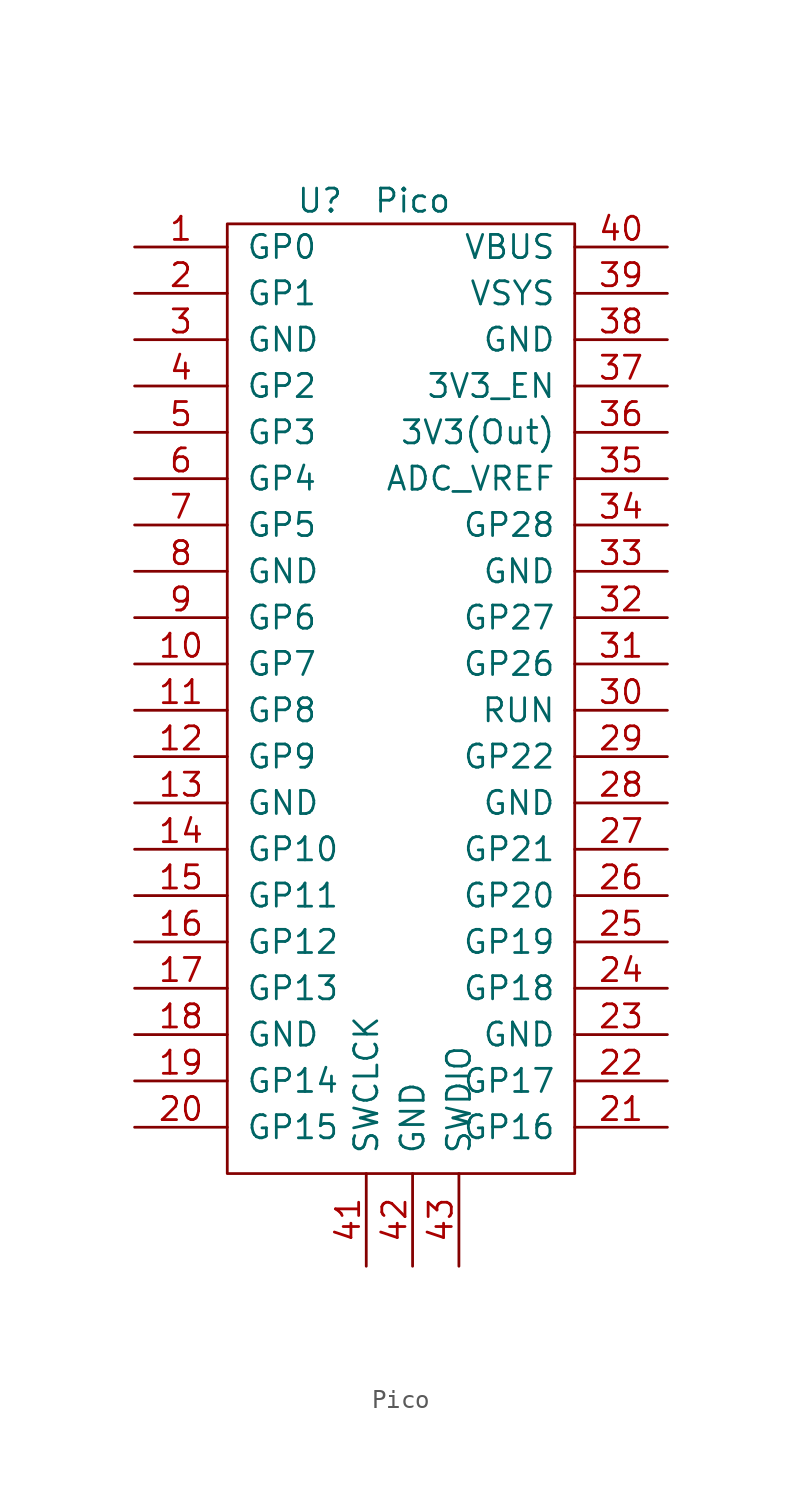
<source format=kicad_sym>
(kicad_symbol_lib
  (version 20211014)
  (generator kicad_symbol_editor)
  (symbol "Pico"
    (pin_names
      (offset 1.016))
    (property "Reference" "U"
      (at -5.08 2.54 0)
      (effects (font (size 1.27 1.27))))
    (property "Value" "Pico"
      (at 0 2.54 0)
      (effects (font (size 1.27 1.27))))
    (symbol "Pico_0_1"
      (rectangle (start -10.16 1.27) (end 8.89 -50.8) (stroke (width 0) (type default) (color 0 0 0 0)) (fill (type none))))
    (symbol "Pico_1_1"
      (pin bidirectional line (at -15.24 0 0) (length 5.08) (name "GP0" (effects (font (size 1.27 1.27)))) (number "1" (effects (font (size 1.27 1.27)))))
      (pin bidirectional line (at -15.24 -22.86 0) (length 5.08) (name "GP7" (effects (font (size 1.27 1.27)))) (number "10" (effects (font (size 1.27 1.27)))))
      (pin bidirectional line (at -15.24 -25.4 0) (length 5.08) (name "GP8" (effects (font (size 1.27 1.27)))) (number "11" (effects (font (size 1.27 1.27)))))
      (pin bidirectional line (at -15.24 -27.94 0) (length 5.08) (name "GP9" (effects (font (size 1.27 1.27)))) (number "12" (effects (font (size 1.27 1.27)))))
      (pin power_in line (at -15.24 -30.48 0) (length 5.08) (name "GND" (effects (font (size 1.27 1.27)))) (number "13" (effects (font (size 1.27 1.27)))))
      (pin bidirectional line (at -15.24 -33.02 0) (length 5.08) (name "GP10" (effects (font (size 1.27 1.27)))) (number "14" (effects (font (size 1.27 1.27)))))
      (pin bidirectional line (at -15.24 -35.56 0) (length 5.08) (name "GP11" (effects (font (size 1.27 1.27)))) (number "15" (effects (font (size 1.27 1.27)))))
      (pin bidirectional line (at -15.24 -38.1 0) (length 5.08) (name "GP12" (effects (font (size 1.27 1.27)))) (number "16" (effects (font (size 1.27 1.27)))))
      (pin bidirectional line (at -15.24 -40.64 0) (length 5.08) (name "GP13" (effects (font (size 1.27 1.27)))) (number "17" (effects (font (size 1.27 1.27)))))
      (pin power_in line (at -15.24 -43.18 0) (length 5.08) (name "GND" (effects (font (size 1.27 1.27)))) (number "18" (effects (font (size 1.27 1.27)))))
      (pin bidirectional line (at -15.24 -45.72 0) (length 5.08) (name "GP14" (effects (font (size 1.27 1.27)))) (number "19" (effects (font (size 1.27 1.27)))))
      (pin bidirectional line (at -15.24 -2.54 0) (length 5.08) (name "GP1" (effects (font (size 1.27 1.27)))) (number "2" (effects (font (size 1.27 1.27)))))
      (pin bidirectional line (at -15.24 -48.26 0) (length 5.08) (name "GP15" (effects (font (size 1.27 1.27)))) (number "20" (effects (font (size 1.27 1.27)))))
      (pin bidirectional line (at 13.97 -48.26 180) (length 5.08) (name "GP16" (effects (font (size 1.27 1.27)))) (number "21" (effects (font (size 1.27 1.27)))))
      (pin bidirectional line (at 13.97 -45.72 180) (length 5.08) (name "GP17" (effects (font (size 1.27 1.27)))) (number "22" (effects (font (size 1.27 1.27)))))
      (pin power_in line (at 13.97 -43.18 180) (length 5.08) (name "GND" (effects (font (size 1.27 1.27)))) (number "23" (effects (font (size 1.27 1.27)))))
      (pin bidirectional line (at 13.97 -40.64 180) (length 5.08) (name "GP18" (effects (font (size 1.27 1.27)))) (number "24" (effects (font (size 1.27 1.27)))))
      (pin bidirectional line (at 13.97 -38.1 180) (length 5.08) (name "GP19" (effects (font (size 1.27 1.27)))) (number "25" (effects (font (size 1.27 1.27)))))
      (pin bidirectional line (at 13.97 -35.56 180) (length 5.08) (name "GP20" (effects (font (size 1.27 1.27)))) (number "26" (effects (font (size 1.27 1.27)))))
      (pin bidirectional line (at 13.97 -33.02 180) (length 5.08) (name "GP21" (effects (font (size 1.27 1.27)))) (number "27" (effects (font (size 1.27 1.27)))))
      (pin power_in line (at 13.97 -30.48 180) (length 5.08) (name "GND" (effects (font (size 1.27 1.27)))) (number "28" (effects (font (size 1.27 1.27)))))
      (pin bidirectional line (at 13.97 -27.94 180) (length 5.08) (name "GP22" (effects (font (size 1.27 1.27)))) (number "29" (effects (font (size 1.27 1.27)))))
      (pin power_in line (at -15.24 -5.08 0) (length 5.08) (name "GND" (effects (font (size 1.27 1.27)))) (number "3" (effects (font (size 1.27 1.27)))))
      (pin bidirectional line (at 13.97 -25.4 180) (length 5.08) (name "RUN" (effects (font (size 1.27 1.27)))) (number "30" (effects (font (size 1.27 1.27)))))
      (pin bidirectional line (at 13.97 -22.86 180) (length 5.08) (name "GP26" (effects (font (size 1.27 1.27)))) (number "31" (effects (font (size 1.27 1.27)))))
      (pin bidirectional line (at 13.97 -20.32 180) (length 5.08) (name "GP27" (effects (font (size 1.27 1.27)))) (number "32" (effects (font (size 1.27 1.27)))))
      (pin bidirectional line (at 13.97 -17.78 180) (length 5.08) (name "GND" (effects (font (size 1.27 1.27)))) (number "33" (effects (font (size 1.27 1.27)))))
      (pin bidirectional line (at 13.97 -15.24 180) (length 5.08) (name "GP28" (effects (font (size 1.27 1.27)))) (number "34" (effects (font (size 1.27 1.27)))))
      (pin bidirectional line (at 13.97 -12.7 180) (length 5.08) (name "ADC_VREF" (effects (font (size 1.27 1.27)))) (number "35" (effects (font (size 1.27 1.27)))))
      (pin power_out line (at 13.97 -10.16 180) (length 5.08) (name "3V3(Out)" (effects (font (size 1.27 1.27)))) (number "36" (effects (font (size 1.27 1.27)))))
      (pin bidirectional line (at 13.97 -7.62 180) (length 5.08) (name "3V3_EN" (effects (font (size 1.27 1.27)))) (number "37" (effects (font (size 1.27 1.27)))))
      (pin bidirectional line (at 13.97 -5.08 180) (length 5.08) (name "GND" (effects (font (size 1.27 1.27)))) (number "38" (effects (font (size 1.27 1.27)))))
      (pin bidirectional line (at 13.97 -2.54 180) (length 5.08) (name "VSYS" (effects (font (size 1.27 1.27)))) (number "39" (effects (font (size 1.27 1.27)))))
      (pin bidirectional line (at -15.24 -7.62 0) (length 5.08) (name "GP2" (effects (font (size 1.27 1.27)))) (number "4" (effects (font (size 1.27 1.27)))))
      (pin bidirectional line (at 13.97 0 180) (length 5.08) (name "VBUS" (effects (font (size 1.27 1.27)))) (number "40" (effects (font (size 1.27 1.27)))))
      (pin output line (at -2.54 -55.88 90) (length 5.08) (name "SWCLCK" (effects (font (size 1.27 1.27)))) (number "41" (effects (font (size 1.27 1.27)))))
      (pin output line (at 0 -55.88 90) (length 5.08) (name "GND" (effects (font (size 1.27 1.27)))) (number "42" (effects (font (size 1.27 1.27)))))
      (pin output line (at 2.54 -55.88 90) (length 5.08) (name "SWDIO" (effects (font (size 1.27 1.27)))) (number "43" (effects (font (size 1.27 1.27)))))
      (pin bidirectional line (at -15.24 -10.16 0) (length 5.08) (name "GP3" (effects (font (size 1.27 1.27)))) (number "5" (effects (font (size 1.27 1.27)))))
      (pin bidirectional line (at -15.24 -12.7 0) (length 5.08) (name "GP4" (effects (font (size 1.27 1.27)))) (number "6" (effects (font (size 1.27 1.27)))))
      (pin bidirectional line (at -15.24 -15.24 0) (length 5.08) (name "GP5" (effects (font (size 1.27 1.27)))) (number "7" (effects (font (size 1.27 1.27)))))
      (pin power_in line (at -15.24 -17.78 0) (length 5.08) (name "GND" (effects (font (size 1.27 1.27)))) (number "8" (effects (font (size 1.27 1.27)))))
      (pin bidirectional line (at -15.24 -20.32 0) (length 5.08) (name "GP6" (effects (font (size 1.27 1.27)))) (number "9" (effects (font (size 1.27 1.27))))))))
</source>
